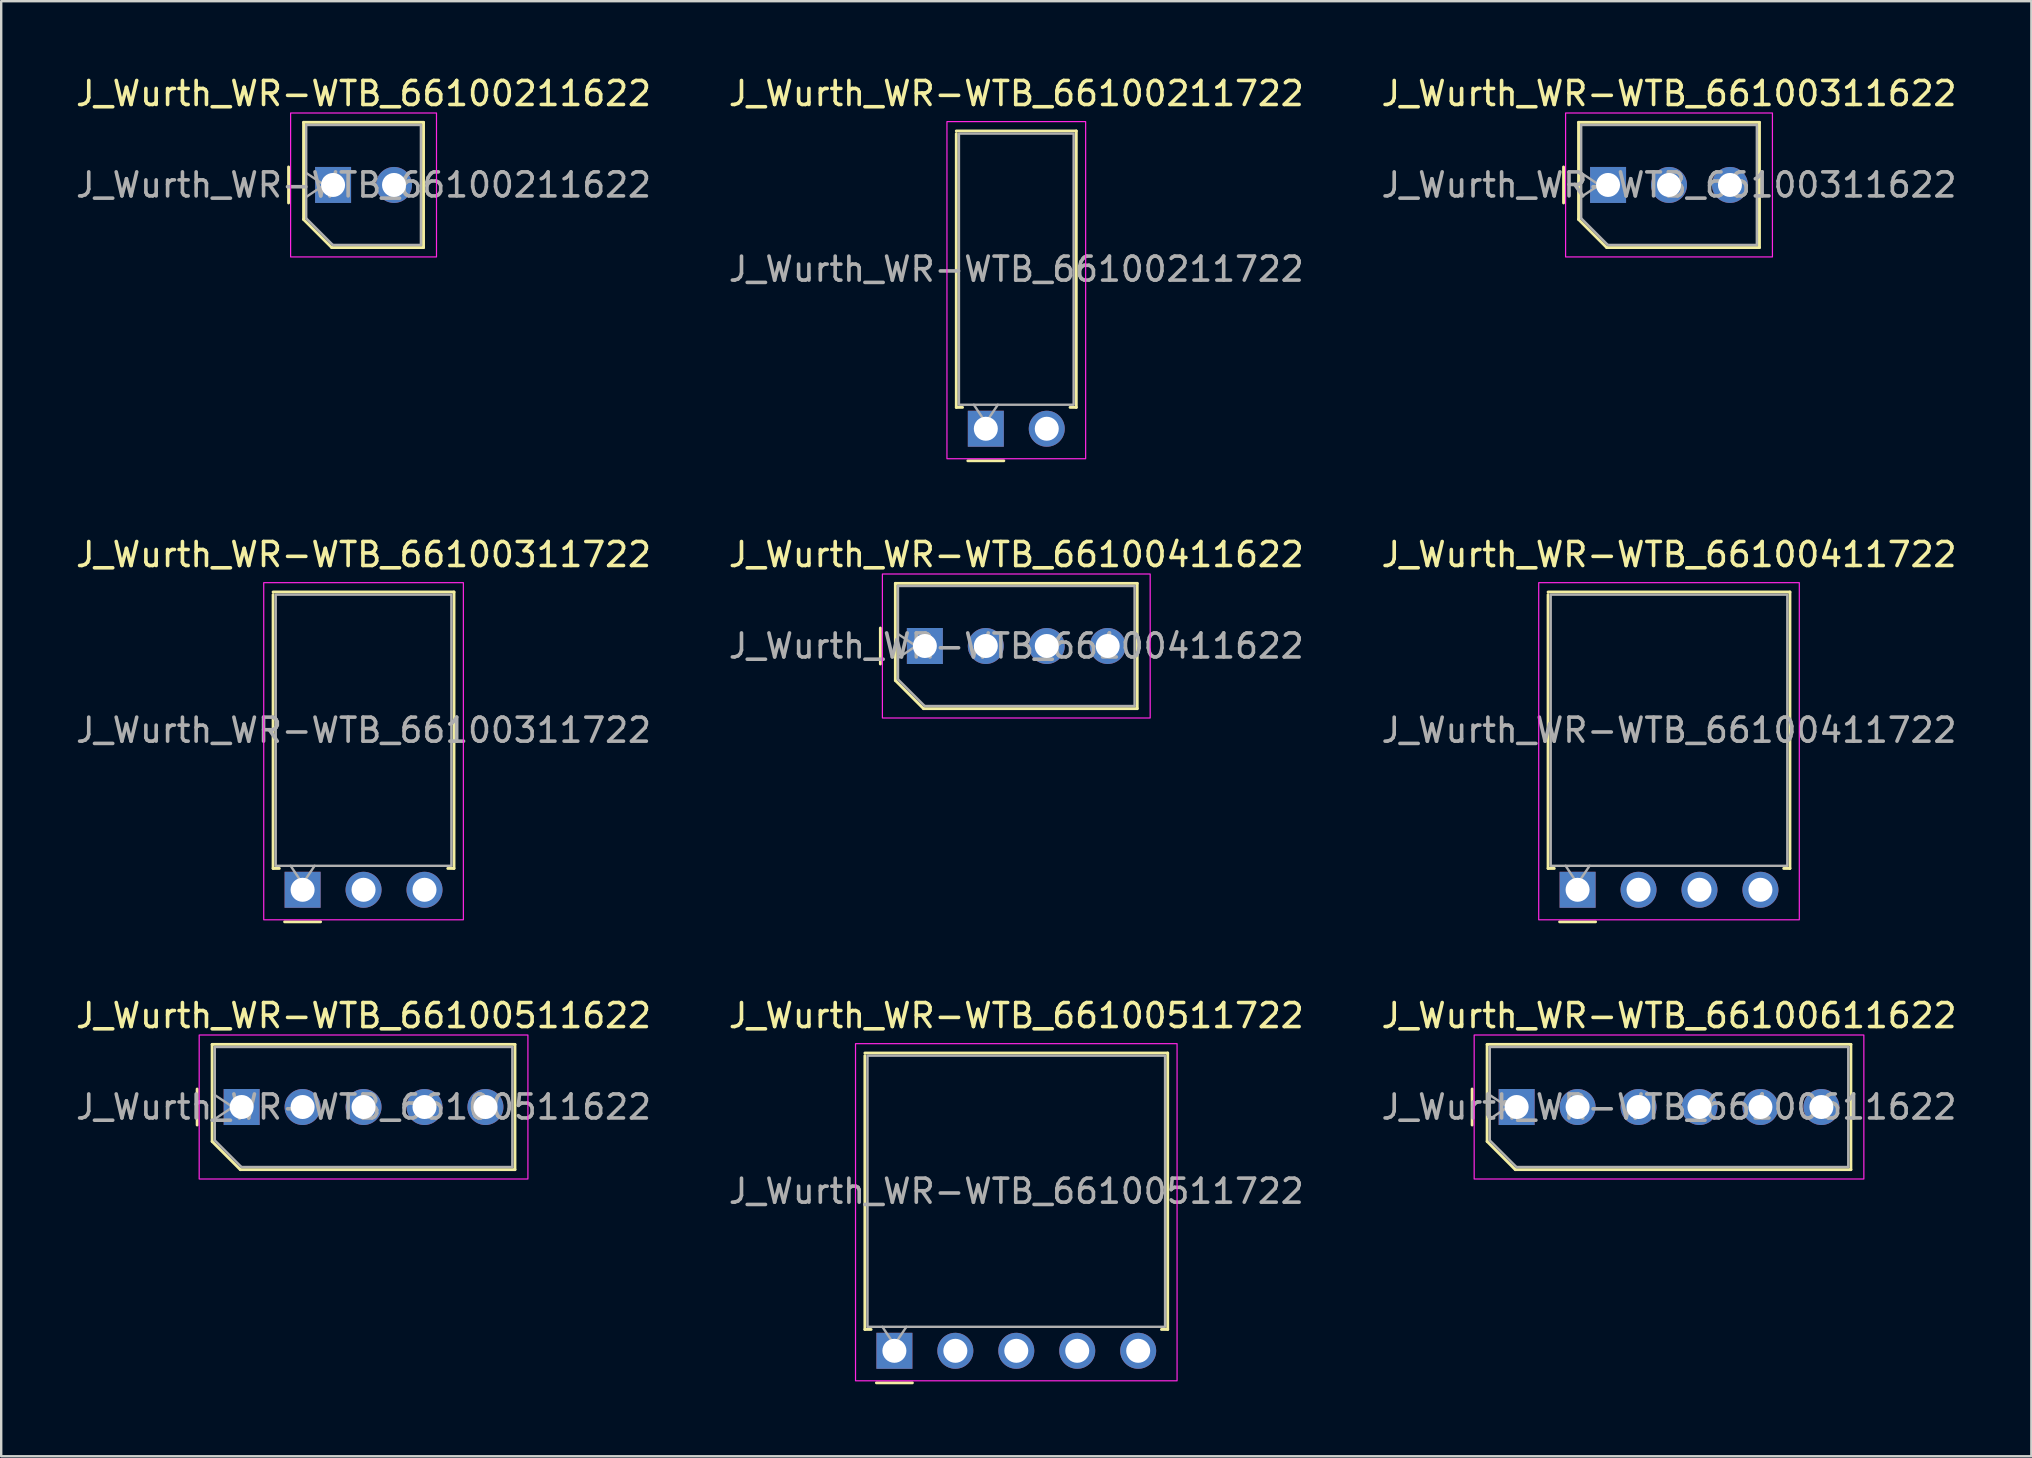
<source format=kicad_pcb>
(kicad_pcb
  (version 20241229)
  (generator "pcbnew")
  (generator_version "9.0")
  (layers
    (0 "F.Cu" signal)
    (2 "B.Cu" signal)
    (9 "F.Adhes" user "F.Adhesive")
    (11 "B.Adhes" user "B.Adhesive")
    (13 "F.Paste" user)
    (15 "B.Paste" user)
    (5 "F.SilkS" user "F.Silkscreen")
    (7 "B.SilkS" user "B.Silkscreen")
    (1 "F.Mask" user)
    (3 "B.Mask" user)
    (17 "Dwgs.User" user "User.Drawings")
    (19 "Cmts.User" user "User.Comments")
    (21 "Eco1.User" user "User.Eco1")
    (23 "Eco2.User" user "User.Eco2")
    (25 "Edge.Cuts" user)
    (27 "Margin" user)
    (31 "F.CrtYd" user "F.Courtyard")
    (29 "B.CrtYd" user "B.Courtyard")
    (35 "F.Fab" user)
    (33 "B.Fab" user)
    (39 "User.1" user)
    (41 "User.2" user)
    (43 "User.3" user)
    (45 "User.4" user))
  (footprint "J_Wurth_WR-WTB_66100511722"
    (layer "F.Cu")
    (at 34.224 53.245)
    (property "Reference" "J_Wurth_WR-WTB_66100511722" (at 5.08 -13.97 0) (unlocked yes) (layer "F.SilkS") (effects (font (size 1 1) (thickness 0.15))))
    (attr through_hole)
    (fp_line (start -1.23 -12.41) (end 11.39 -12.41) (stroke (width 0.12) (type default)) (layer "F.SilkS"))
    (fp_line (start -1.23 -0.89) (end -1.23 -12.3) (stroke (width 0.12) (type solid)) (layer "F.SilkS"))
    (fp_line (start -1.23 -0.89) (end -0.97 -0.89) (stroke (width 0.12) (type solid)) (layer "F.SilkS"))
    (fp_line (start 0.75 1.335) (end -0.75 1.335) (stroke (width 0.12) (type solid)) (layer "F.SilkS"))
    (fp_line (start 11.13 -0.89) (end 11.39 -0.89) (stroke (width 0.12) (type solid)) (layer "F.SilkS"))
    (fp_line (start 11.39 -12.41) (end 11.39 -0.89) (stroke (width 0.12) (type solid)) (layer "F.SilkS"))
    (fp_rect (start -1.62 -12.8) (end 11.78 1.25) (stroke (width 0.05) (type solid)) (fill no) (layer "F.CrtYd"))
    (fp_line (start 0 -0.25) (end -0.5 -1) (stroke (width 0.1) (type solid)) (layer "F.Fab"))
    (fp_line (start 0 -0.25) (end 0.5 -1) (stroke (width 0.1) (type solid)) (layer "F.Fab"))
    (fp_rect (start -1.12 -12.3) (end 11.28 -1) (stroke (width 0.1) (type solid)) (fill no) (layer "F.Fab"))
    (fp_text user "${REFERENCE}" (at 5.08 -6.65 0) (unlocked yes) (layer "F.Fab") (effects (font (size 1 1) (thickness 0.15))))
    (pad "1" thru_hole rect (at 0 0 180) (size 1.5 1.5) (drill 1) (layers "*.Cu" "*.Mask"))
    (pad "2" thru_hole circle (at 2.54 0 180) (size 1.5 1.5) (drill 1) (layers "*.Cu" "*.Mask"))
    (pad "3" thru_hole circle (at 5.08 0 180) (size 1.5 1.5) (drill 1) (layers "*.Cu" "*.Mask"))
    (pad "4" thru_hole circle (at 7.62 0 180) (size 1.5 1.5) (drill 1) (layers "*.Cu" "*.Mask"))
    (pad "5" thru_hole circle (at 10.16 0 180) (size 1.5 1.5) (drill 1) (layers "*.Cu" "*.Mask")))
  (footprint "J_Wurth_WR-WTB_66100411722"
    (layer "F.Cu")
    (at 62.696 34.032)
    (property "Reference" "J_Wurth_WR-WTB_66100411722" (at 3.81 -13.97 0) (unlocked yes) (layer "F.SilkS") (effects (font (size 1 1) (thickness 0.15))))
    (attr through_hole)
    (fp_line (start -1.23 -12.41) (end 8.85 -12.41) (stroke (width 0.12) (type default)) (layer "F.SilkS"))
    (fp_line (start -1.23 -0.89) (end -1.23 -12.3) (stroke (width 0.12) (type solid)) (layer "F.SilkS"))
    (fp_line (start -1.23 -0.89) (end -0.97 -0.89) (stroke (width 0.12) (type solid)) (layer "F.SilkS"))
    (fp_line (start 0.75 1.335) (end -0.75 1.335) (stroke (width 0.12) (type solid)) (layer "F.SilkS"))
    (fp_line (start 8.59 -0.89) (end 8.85 -0.89) (stroke (width 0.12) (type solid)) (layer "F.SilkS"))
    (fp_line (start 8.85 -12.41) (end 8.85 -0.89) (stroke (width 0.12) (type solid)) (layer "F.SilkS"))
    (fp_rect (start -1.62 -12.8) (end 9.24 1.25) (stroke (width 0.05) (type solid)) (fill no) (layer "F.CrtYd"))
    (fp_line (start 0 -0.25) (end -0.5 -1) (stroke (width 0.1) (type solid)) (layer "F.Fab"))
    (fp_line (start 0 -0.25) (end 0.5 -1) (stroke (width 0.1) (type solid)) (layer "F.Fab"))
    (fp_rect (start -1.12 -12.3) (end 8.74 -1) (stroke (width 0.1) (type solid)) (fill no) (layer "F.Fab"))
    (fp_text user "${REFERENCE}" (at 3.81 -6.65 0) (unlocked yes) (layer "F.Fab") (effects (font (size 1 1) (thickness 0.15))))
    (pad "1" thru_hole rect (at 0 0 180) (size 1.5 1.5) (drill 1) (layers "*.Cu" "*.Mask"))
    (pad "2" thru_hole circle (at 2.54 0 180) (size 1.5 1.5) (drill 1) (layers "*.Cu" "*.Mask"))
    (pad "3" thru_hole circle (at 5.08 0 180) (size 1.5 1.5) (drill 1) (layers "*.Cu" "*.Mask"))
    (pad "4" thru_hole circle (at 7.62 0 180) (size 1.5 1.5) (drill 1) (layers "*.Cu" "*.Mask")))
  (footprint "J_Wurth_WR-WTB_66100611622"
    (layer "F.Cu")
    (at 60.156 43.085)
    (property "Reference" "J_Wurth_WR-WTB_66100611622" (at 6.35 -3.81 0) (unlocked yes) (layer "F.SilkS") (effects (font (size 1 1) (thickness 0.15))))
    (attr through_hole)
    (fp_line (start -1.855 -0.75) (end -1.855 0.75) (stroke (width 0.12) (type solid)) (layer "F.SilkS"))
    (fp_line (start -1.23 -2.61) (end 13.93 -2.61) (stroke (width 0.12) (type solid)) (layer "F.SilkS"))
    (fp_line (start -1.23 1.436) (end -1.23 -2.61) (stroke (width 0.12) (type default)) (layer "F.SilkS"))
    (fp_line (start -1.23 1.436) (end -0.056 2.61) (stroke (width 0.12) (type default)) (layer "F.SilkS"))
    (fp_line (start 13.93 -2.61) (end 13.93 2.61) (stroke (width 0.12) (type default)) (layer "F.SilkS"))
    (fp_line (start 13.93 2.61) (end -0.056 2.61) (stroke (width 0.12) (type default)) (layer "F.SilkS"))
    (fp_rect (start -1.77 -3) (end 14.47 3) (stroke (width 0.05) (type solid)) (fill no) (layer "F.CrtYd"))
    (fp_line (start -1.12 -2.5) (end 13.82 -2.5) (stroke (width 0.1) (type solid)) (layer "F.Fab"))
    (fp_line (start -1.12 1.39) (end -1.12 -2.5) (stroke (width 0.1) (type solid)) (layer "F.Fab"))
    (fp_line (start -0.37 0) (end -1.12 -0.5) (stroke (width 0.1) (type solid)) (layer "F.Fab"))
    (fp_line (start -0.37 0) (end -1.12 0.5) (stroke (width 0.1) (type solid)) (layer "F.Fab"))
    (fp_line (start -0.01 2.5) (end -1.12 1.39) (stroke (width 0.1) (type default)) (layer "F.Fab"))
    (fp_line (start 13.82 -2.5) (end 13.82 2.5) (stroke (width 0.1) (type default)) (layer "F.Fab"))
    (fp_line (start 13.82 2.5) (end -0.01 2.5) (stroke (width 0.1) (type solid)) (layer "F.Fab"))
    (fp_text user "${REFERENCE}" (at 6.35 0 0) (unlocked yes) (layer "F.Fab") (effects (font (size 1 1) (thickness 0.15))))
    (pad "1" thru_hole rect (at 0 0) (size 1.5 1.5) (drill 1) (layers "*.Cu" "*.Mask"))
    (pad "2" thru_hole circle (at 2.54 0) (size 1.5 1.5) (drill 1) (layers "*.Cu" "*.Mask"))
    (pad "3" thru_hole circle (at 5.08 0) (size 1.5 1.5) (drill 1) (layers "*.Cu" "*.Mask"))
    (pad "4" thru_hole circle (at 7.62 0) (size 1.5 1.5) (drill 1) (layers "*.Cu" "*.Mask"))
    (pad "5" thru_hole circle (at 10.16 0) (size 1.5 1.5) (drill 1) (layers "*.Cu" "*.Mask"))
    (pad "6" thru_hole circle (at 12.7 0) (size 1.5 1.5) (drill 1) (layers "*.Cu" "*.Mask")))
  (footprint "J_Wurth_WR-WTB_66100511622"
    (layer "F.Cu")
    (at 7.021 43.085)
    (property "Reference" "J_Wurth_WR-WTB_66100511622" (at 5.08 -3.81 0) (unlocked yes) (layer "F.SilkS") (effects (font (size 1 1) (thickness 0.15))))
    (attr through_hole)
    (fp_line (start -1.855 -0.75) (end -1.855 0.75) (stroke (width 0.12) (type solid)) (layer "F.SilkS"))
    (fp_line (start -1.23 -2.61) (end 11.39 -2.61) (stroke (width 0.12) (type solid)) (layer "F.SilkS"))
    (fp_line (start -1.23 1.436) (end -1.23 -2.61) (stroke (width 0.12) (type default)) (layer "F.SilkS"))
    (fp_line (start -1.23 1.436) (end -0.056 2.61) (stroke (width 0.12) (type default)) (layer "F.SilkS"))
    (fp_line (start 11.39 -2.61) (end 11.39 2.61) (stroke (width 0.12) (type default)) (layer "F.SilkS"))
    (fp_line (start 11.39 2.61) (end -0.056 2.61) (stroke (width 0.12) (type default)) (layer "F.SilkS"))
    (fp_rect (start -1.77 -3) (end 11.93 3) (stroke (width 0.05) (type solid)) (fill no) (layer "F.CrtYd"))
    (fp_line (start -1.12 -2.5) (end 11.28 -2.5) (stroke (width 0.1) (type solid)) (layer "F.Fab"))
    (fp_line (start -1.12 1.39) (end -1.12 -2.5) (stroke (width 0.1) (type solid)) (layer "F.Fab"))
    (fp_line (start -0.37 0) (end -1.12 -0.5) (stroke (width 0.1) (type solid)) (layer "F.Fab"))
    (fp_line (start -0.37 0) (end -1.12 0.5) (stroke (width 0.1) (type solid)) (layer "F.Fab"))
    (fp_line (start -0.01 2.5) (end -1.12 1.39) (stroke (width 0.1) (type default)) (layer "F.Fab"))
    (fp_line (start 11.28 -2.5) (end 11.28 2.5) (stroke (width 0.1) (type default)) (layer "F.Fab"))
    (fp_line (start 11.28 2.5) (end -0.01 2.5) (stroke (width 0.1) (type solid)) (layer "F.Fab"))
    (fp_text user "${REFERENCE}" (at 5.08 0 0) (unlocked yes) (layer "F.Fab") (effects (font (size 1 1) (thickness 0.15))))
    (pad "1" thru_hole rect (at 0 0) (size 1.5 1.5) (drill 1) (layers "*.Cu" "*.Mask"))
    (pad "2" thru_hole circle (at 2.54 0) (size 1.5 1.5) (drill 1) (layers "*.Cu" "*.Mask"))
    (pad "3" thru_hole circle (at 5.08 0) (size 1.5 1.5) (drill 1) (layers "*.Cu" "*.Mask"))
    (pad "4" thru_hole circle (at 7.62 0) (size 1.5 1.5) (drill 1) (layers "*.Cu" "*.Mask"))
    (pad "5" thru_hole circle (at 10.16 0) (size 1.5 1.5) (drill 1) (layers "*.Cu" "*.Mask")))
  (footprint "J_Wurth_WR-WTB_66100311622"
    (layer "F.Cu")
    (at 63.966 4.658)
    (property "Reference" "J_Wurth_WR-WTB_66100311622" (at 2.54 -3.81 0) (unlocked yes) (layer "F.SilkS") (effects (font (size 1 1) (thickness 0.15))))
    (attr through_hole)
    (fp_line (start -1.855 -0.75) (end -1.855 0.75) (stroke (width 0.12) (type solid)) (layer "F.SilkS"))
    (fp_line (start -1.23 -2.61) (end 6.31 -2.61) (stroke (width 0.12) (type solid)) (layer "F.SilkS"))
    (fp_line (start -1.23 1.436) (end -1.23 -2.61) (stroke (width 0.12) (type default)) (layer "F.SilkS"))
    (fp_line (start -1.23 1.436) (end -0.056 2.61) (stroke (width 0.12) (type default)) (layer "F.SilkS"))
    (fp_line (start 6.31 -2.61) (end 6.31 2.61) (stroke (width 0.12) (type default)) (layer "F.SilkS"))
    (fp_line (start 6.31 2.61) (end -0.056 2.61) (stroke (width 0.12) (type default)) (layer "F.SilkS"))
    (fp_rect (start -1.77 -3) (end 6.85 3) (stroke (width 0.05) (type solid)) (fill no) (layer "F.CrtYd"))
    (fp_line (start -1.12 -2.5) (end 6.2 -2.5) (stroke (width 0.1) (type solid)) (layer "F.Fab"))
    (fp_line (start -1.12 1.39) (end -1.12 -2.5) (stroke (width 0.1) (type solid)) (layer "F.Fab"))
    (fp_line (start -0.37 0) (end -1.12 -0.5) (stroke (width 0.1) (type solid)) (layer "F.Fab"))
    (fp_line (start -0.37 0) (end -1.12 0.5) (stroke (width 0.1) (type solid)) (layer "F.Fab"))
    (fp_line (start -0.01 2.5) (end -1.12 1.39) (stroke (width 0.1) (type default)) (layer "F.Fab"))
    (fp_line (start 6.2 -2.5) (end 6.2 2.5) (stroke (width 0.1) (type default)) (layer "F.Fab"))
    (fp_line (start 6.2 2.5) (end -0.01 2.5) (stroke (width 0.1) (type solid)) (layer "F.Fab"))
    (fp_text user "${REFERENCE}" (at 2.54 0 0) (unlocked yes) (layer "F.Fab") (effects (font (size 1 1) (thickness 0.15))))
    (pad "1" thru_hole rect (at 0 0) (size 1.5 1.5) (drill 1) (layers "*.Cu" "*.Mask"))
    (pad "2" thru_hole circle (at 2.54 0) (size 1.5 1.5) (drill 1) (layers "*.Cu" "*.Mask"))
    (pad "3" thru_hole circle (at 5.08 0) (size 1.5 1.5) (drill 1) (layers "*.Cu" "*.Mask")))
  (footprint "J_Wurth_WR-WTB_66100411622"
    (layer "F.Cu")
    (at 35.494 23.872)
    (property "Reference" "J_Wurth_WR-WTB_66100411622" (at 3.81 -3.81 0) (unlocked yes) (layer "F.SilkS") (effects (font (size 1 1) (thickness 0.15))))
    (attr through_hole)
    (fp_line (start -1.855 -0.75) (end -1.855 0.75) (stroke (width 0.12) (type solid)) (layer "F.SilkS"))
    (fp_line (start -1.23 -2.61) (end 8.85 -2.61) (stroke (width 0.12) (type solid)) (layer "F.SilkS"))
    (fp_line (start -1.23 1.436) (end -1.23 -2.61) (stroke (width 0.12) (type default)) (layer "F.SilkS"))
    (fp_line (start -1.23 1.436) (end -0.056 2.61) (stroke (width 0.12) (type default)) (layer "F.SilkS"))
    (fp_line (start 8.85 -2.61) (end 8.85 2.61) (stroke (width 0.12) (type default)) (layer "F.SilkS"))
    (fp_line (start 8.85 2.61) (end -0.056 2.61) (stroke (width 0.12) (type default)) (layer "F.SilkS"))
    (fp_rect (start -1.77 -3) (end 9.39 3) (stroke (width 0.05) (type solid)) (fill no) (layer "F.CrtYd"))
    (fp_line (start -1.12 -2.5) (end 8.74 -2.5) (stroke (width 0.1) (type solid)) (layer "F.Fab"))
    (fp_line (start -1.12 1.39) (end -1.12 -2.5) (stroke (width 0.1) (type solid)) (layer "F.Fab"))
    (fp_line (start -0.37 0) (end -1.12 -0.5) (stroke (width 0.1) (type solid)) (layer "F.Fab"))
    (fp_line (start -0.37 0) (end -1.12 0.5) (stroke (width 0.1) (type solid)) (layer "F.Fab"))
    (fp_line (start -0.01 2.5) (end -1.12 1.39) (stroke (width 0.1) (type default)) (layer "F.Fab"))
    (fp_line (start 8.74 -2.5) (end 8.74 2.5) (stroke (width 0.1) (type default)) (layer "F.Fab"))
    (fp_line (start 8.74 2.5) (end -0.01 2.5) (stroke (width 0.1) (type solid)) (layer "F.Fab"))
    (fp_text user "${REFERENCE}" (at 3.81 0 0) (unlocked yes) (layer "F.Fab") (effects (font (size 1 1) (thickness 0.15))))
    (pad "1" thru_hole rect (at 0 0) (size 1.5 1.5) (drill 1) (layers "*.Cu" "*.Mask"))
    (pad "2" thru_hole circle (at 2.54 0) (size 1.5 1.5) (drill 1) (layers "*.Cu" "*.Mask"))
    (pad "3" thru_hole circle (at 5.08 0) (size 1.5 1.5) (drill 1) (layers "*.Cu" "*.Mask"))
    (pad "4" thru_hole circle (at 7.62 0) (size 1.5 1.5) (drill 1) (layers "*.Cu" "*.Mask")))
  (footprint "J_Wurth_WR-WTB_66100311722"
    (layer "F.Cu")
    (at 9.561 34.032)
    (property "Reference" "J_Wurth_WR-WTB_66100311722" (at 2.54 -13.97 0) (unlocked yes) (layer "F.SilkS") (effects (font (size 1 1) (thickness 0.15))))
    (attr through_hole)
    (fp_line (start -1.23 -12.41) (end 6.31 -12.41) (stroke (width 0.12) (type default)) (layer "F.SilkS"))
    (fp_line (start -1.23 -0.89) (end -1.23 -12.3) (stroke (width 0.12) (type solid)) (layer "F.SilkS"))
    (fp_line (start -1.23 -0.89) (end -0.97 -0.89) (stroke (width 0.12) (type solid)) (layer "F.SilkS"))
    (fp_line (start 0.75 1.335) (end -0.75 1.335) (stroke (width 0.12) (type solid)) (layer "F.SilkS"))
    (fp_line (start 6.05 -0.89) (end 6.31 -0.89) (stroke (width 0.12) (type solid)) (layer "F.SilkS"))
    (fp_line (start 6.31 -12.41) (end 6.31 -0.89) (stroke (width 0.12) (type solid)) (layer "F.SilkS"))
    (fp_rect (start -1.62 -12.8) (end 6.7 1.25) (stroke (width 0.05) (type solid)) (fill no) (layer "F.CrtYd"))
    (fp_line (start 0 -0.25) (end -0.5 -1) (stroke (width 0.1) (type solid)) (layer "F.Fab"))
    (fp_line (start 0 -0.25) (end 0.5 -1) (stroke (width 0.1) (type solid)) (layer "F.Fab"))
    (fp_rect (start -1.12 -12.3) (end 6.2 -1) (stroke (width 0.1) (type solid)) (fill no) (layer "F.Fab"))
    (fp_text user "${REFERENCE}" (at 2.54 -6.65 0) (unlocked yes) (layer "F.Fab") (effects (font (size 1 1) (thickness 0.15))))
    (pad "1" thru_hole rect (at 0 0 180) (size 1.5 1.5) (drill 1) (layers "*.Cu" "*.Mask"))
    (pad "2" thru_hole circle (at 2.54 0 180) (size 1.5 1.5) (drill 1) (layers "*.Cu" "*.Mask"))
    (pad "3" thru_hole circle (at 5.08 0 180) (size 1.5 1.5) (drill 1) (layers "*.Cu" "*.Mask")))
  (footprint "J_Wurth_WR-WTB_66100211722"
    (layer "F.Cu")
    (at 38.034 14.818)
    (property "Reference" "J_Wurth_WR-WTB_66100211722" (at 1.27 -13.97 0) (unlocked yes) (layer "F.SilkS") (effects (font (size 1 1) (thickness 0.15))))
    (attr through_hole)
    (fp_line (start -1.23 -12.41) (end 3.77 -12.41) (stroke (width 0.12) (type default)) (layer "F.SilkS"))
    (fp_line (start -1.23 -0.89) (end -1.23 -12.3) (stroke (width 0.12) (type solid)) (layer "F.SilkS"))
    (fp_line (start -1.23 -0.89) (end -0.97 -0.89) (stroke (width 0.12) (type solid)) (layer "F.SilkS"))
    (fp_line (start 0.75 1.335) (end -0.75 1.335) (stroke (width 0.12) (type solid)) (layer "F.SilkS"))
    (fp_line (start 3.51 -0.89) (end 3.77 -0.89) (stroke (width 0.12) (type solid)) (layer "F.SilkS"))
    (fp_line (start 3.77 -12.41) (end 3.77 -0.89) (stroke (width 0.12) (type solid)) (layer "F.SilkS"))
    (fp_rect (start -1.62 -12.8) (end 4.16 1.25) (stroke (width 0.05) (type solid)) (fill no) (layer "F.CrtYd"))
    (fp_line (start 0 -0.25) (end -0.5 -1) (stroke (width 0.1) (type solid)) (layer "F.Fab"))
    (fp_line (start 0 -0.25) (end 0.5 -1) (stroke (width 0.1) (type solid)) (layer "F.Fab"))
    (fp_rect (start -1.12 -12.3) (end 3.66 -1) (stroke (width 0.1) (type solid)) (fill no) (layer "F.Fab"))
    (fp_text user "${REFERENCE}" (at 1.27 -6.65 0) (unlocked yes) (layer "F.Fab") (effects (font (size 1 1) (thickness 0.15))))
    (pad "1" thru_hole rect (at 0 0 180) (size 1.5 1.5) (drill 1) (layers "*.Cu" "*.Mask"))
    (pad "2" thru_hole circle (at 2.54 0 180) (size 1.5 1.5) (drill 1) (layers "*.Cu" "*.Mask")))
  (footprint "J_Wurth_WR-WTB_66100211622"
    (layer "F.Cu")
    (at 10.831 4.658)
    (property "Reference" "J_Wurth_WR-WTB_66100211622" (at 1.27 -3.81 0) (unlocked yes) (layer "F.SilkS") (effects (font (size 1 1) (thickness 0.15))))
    (attr through_hole)
    (fp_line (start -1.855 -0.75) (end -1.855 0.75) (stroke (width 0.12) (type solid)) (layer "F.SilkS"))
    (fp_line (start -1.23 -2.61) (end 3.77 -2.61) (stroke (width 0.12) (type solid)) (layer "F.SilkS"))
    (fp_line (start -1.23 1.436) (end -1.23 -2.61) (stroke (width 0.12) (type default)) (layer "F.SilkS"))
    (fp_line (start -1.23 1.436) (end -0.056 2.61) (stroke (width 0.12) (type default)) (layer "F.SilkS"))
    (fp_line (start 3.77 -2.61) (end 3.77 2.61) (stroke (width 0.12) (type default)) (layer "F.SilkS"))
    (fp_line (start 3.77 2.61) (end -0.056 2.61) (stroke (width 0.12) (type default)) (layer "F.SilkS"))
    (fp_rect (start -1.77 -3) (end 4.31 3) (stroke (width 0.05) (type default)) (fill no) (layer "F.CrtYd"))
    (fp_line (start -1.12 -2.5) (end 3.66 -2.5) (stroke (width 0.1) (type solid)) (layer "F.Fab"))
    (fp_line (start -1.12 1.39) (end -1.12 -2.5) (stroke (width 0.1) (type solid)) (layer "F.Fab"))
    (fp_line (start -0.37 0) (end -1.12 -0.5) (stroke (width 0.1) (type solid)) (layer "F.Fab"))
    (fp_line (start -0.37 0) (end -1.12 0.5) (stroke (width 0.1) (type solid)) (layer "F.Fab"))
    (fp_line (start -0.01 2.5) (end -1.12 1.39) (stroke (width 0.1) (type default)) (layer "F.Fab"))
    (fp_line (start 3.66 -2.5) (end 3.66 2.5) (stroke (width 0.1) (type default)) (layer "F.Fab"))
    (fp_line (start 3.66 2.5) (end -0.01 2.5) (stroke (width 0.1) (type solid)) (layer "F.Fab"))
    (fp_text user "${REFERENCE}" (at 1.27 0 0) (unlocked yes) (layer "F.Fab") (effects (font (size 1 1) (thickness 0.15))))
    (pad "1" thru_hole rect (at 0 0) (size 1.5 1.5) (drill 1) (layers "*.Cu" "*.Mask"))
    (pad "2" thru_hole circle (at 2.54 0) (size 1.5 1.5) (drill 1) (layers "*.Cu" "*.Mask")))
  (gr_rect
    (start -3 -3)
    (end 81.607 57.64)
    (stroke (width 0.1) (type default))
    (fill no)
    (layer "Edge.Cuts")))
</source>
